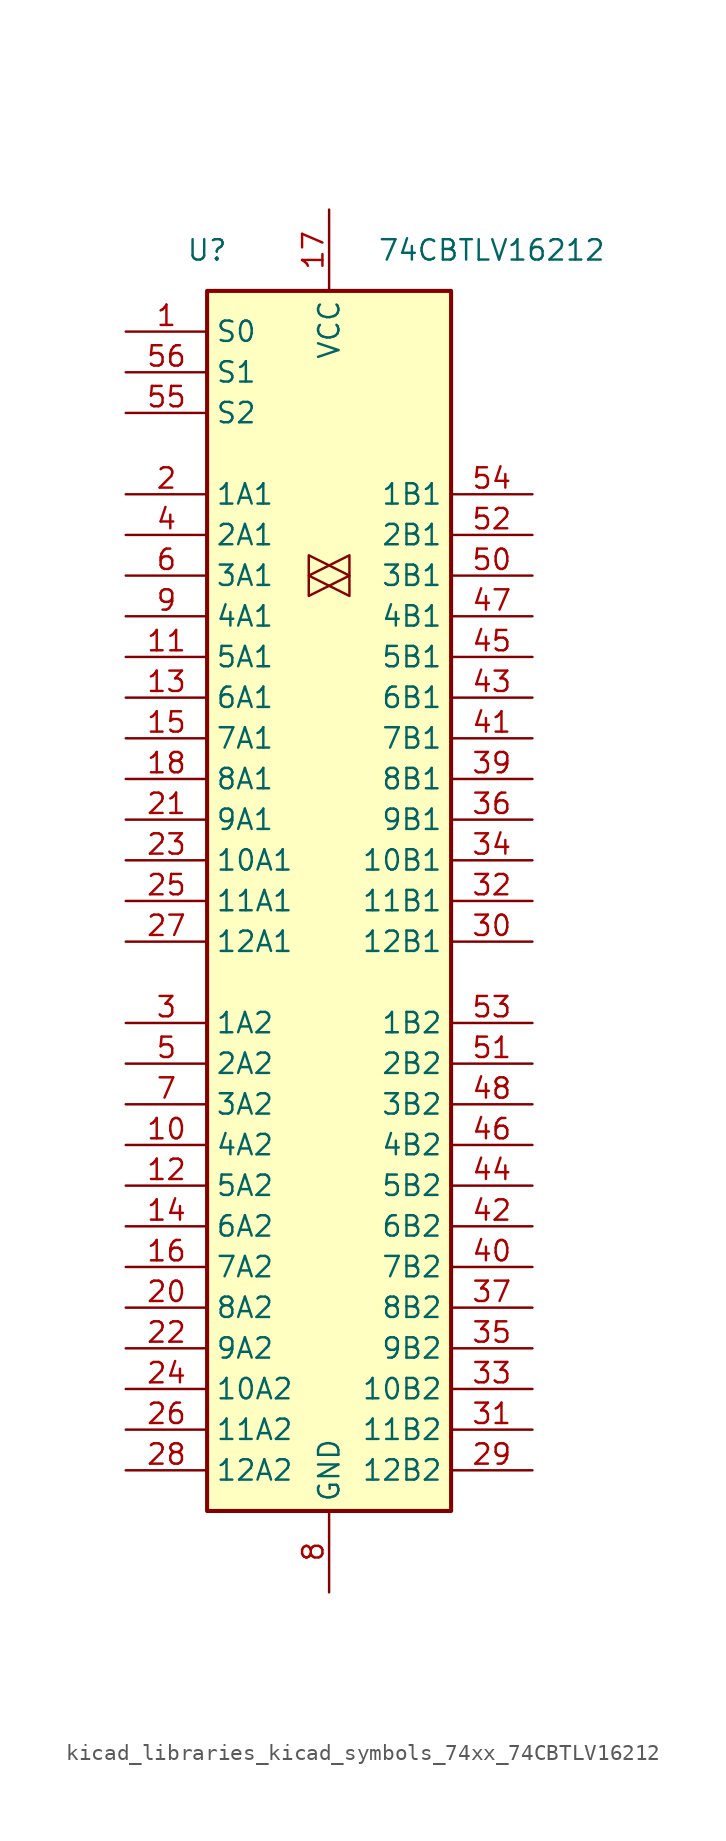
<source format=kicad_sym>
(kicad_symbol_lib
  (version 20220914)
  (generator kicad_symbol_editor)
  (symbol "kicad_libraries_kicad_symbols_74xx_74CBTLV16212"
    (property "Reference" "U"
      (at -7.62 40.64 0)
      (effects (font (size 1.27 1.27))))
    (property "Value" "74CBTLV16212"
      (at 10.16 40.64 0)
      (effects (font (size 1.27 1.27))))
    (symbol "kicad_libraries_kicad_symbols_74xx_74CBTLV16212_0_1"
      (rectangle (start -7.62 38.1) (end 7.62 -38.1) (stroke (width 0.254) (type default)) (fill (type background))))
    (symbol "kicad_libraries_kicad_symbols_74xx_74CBTLV16212_1_0"
      (polyline (pts (xy 1.27 20.32) (xy -1.27 21.59) (xy -1.27 19.05) (xy 1.27 20.32)) (stroke (width 0.152) (type default)) (fill (type none)))
      (polyline (pts (xy 1.27 21.59) (xy -1.27 20.32) (xy 1.27 19.05) (xy 1.27 21.59)) (stroke (width 0) (type default)) (fill (type none)))
      (pin bidirectional line (at -12.7 -15.24 0) (length 5.08) (name "4A2" (effects (font (size 1.27 1.27)))) (number "10" (effects (font (size 1.27 1.27)))))
      (pin bidirectional line (at -12.7 15.24 0) (length 5.08) (name "5A1" (effects (font (size 1.27 1.27)))) (number "11" (effects (font (size 1.27 1.27)))))
      (pin bidirectional line (at -12.7 -17.78 0) (length 5.08) (name "5A2" (effects (font (size 1.27 1.27)))) (number "12" (effects (font (size 1.27 1.27)))))
      (pin bidirectional line (at -12.7 12.7 0) (length 5.08) (name "6A1" (effects (font (size 1.27 1.27)))) (number "13" (effects (font (size 1.27 1.27)))))
      (pin bidirectional line (at -12.7 -20.32 0) (length 5.08) (name "6A2" (effects (font (size 1.27 1.27)))) (number "14" (effects (font (size 1.27 1.27)))))
      (pin bidirectional line (at -12.7 10.16 0) (length 5.08) (name "7A1" (effects (font (size 1.27 1.27)))) (number "15" (effects (font (size 1.27 1.27)))))
      (pin bidirectional line (at -12.7 -22.86 0) (length 5.08) (name "7A2" (effects (font (size 1.27 1.27)))) (number "16" (effects (font (size 1.27 1.27)))))
      (pin power_in line (at 0 43.18 270) (length 5.08) (name "VCC" (effects (font (size 1.27 1.27)))) (number "17" (effects (font (size 1.27 1.27)))))
      (pin bidirectional line (at -12.7 7.62 0) (length 5.08) (name "8A1" (effects (font (size 1.27 1.27)))) (number "18" (effects (font (size 1.27 1.27)))))
      (pin passive line (at 0 -43.18 90) (length 5.08) hide (name "GND" (effects (font (size 1.27 1.27)))) (number "19" (effects (font (size 1.27 1.27)))))
      (pin bidirectional line (at -12.7 25.4 0) (length 5.08) (name "1A1" (effects (font (size 1.27 1.27)))) (number "2" (effects (font (size 1.27 1.27)))))
      (pin bidirectional line (at -12.7 -25.4 0) (length 5.08) (name "8A2" (effects (font (size 1.27 1.27)))) (number "20" (effects (font (size 1.27 1.27)))))
      (pin bidirectional line (at -12.7 5.08 0) (length 5.08) (name "9A1" (effects (font (size 1.27 1.27)))) (number "21" (effects (font (size 1.27 1.27)))))
      (pin bidirectional line (at -12.7 -27.94 0) (length 5.08) (name "9A2" (effects (font (size 1.27 1.27)))) (number "22" (effects (font (size 1.27 1.27)))))
      (pin bidirectional line (at -12.7 2.54 0) (length 5.08) (name "10A1" (effects (font (size 1.27 1.27)))) (number "23" (effects (font (size 1.27 1.27)))))
      (pin bidirectional line (at -12.7 -30.48 0) (length 5.08) (name "10A2" (effects (font (size 1.27 1.27)))) (number "24" (effects (font (size 1.27 1.27)))))
      (pin bidirectional line (at -12.7 0 0) (length 5.08) (name "11A1" (effects (font (size 1.27 1.27)))) (number "25" (effects (font (size 1.27 1.27)))))
      (pin bidirectional line (at -12.7 -33.02 0) (length 5.08) (name "11A2" (effects (font (size 1.27 1.27)))) (number "26" (effects (font (size 1.27 1.27)))))
      (pin bidirectional line (at -12.7 -2.54 0) (length 5.08) (name "12A1" (effects (font (size 1.27 1.27)))) (number "27" (effects (font (size 1.27 1.27)))))
      (pin bidirectional line (at -12.7 -35.56 0) (length 5.08) (name "12A2" (effects (font (size 1.27 1.27)))) (number "28" (effects (font (size 1.27 1.27)))))
      (pin bidirectional line (at 12.7 -35.56 180) (length 5.08) (name "12B2" (effects (font (size 1.27 1.27)))) (number "29" (effects (font (size 1.27 1.27)))))
      (pin bidirectional line (at -12.7 -7.62 0) (length 5.08) (name "1A2" (effects (font (size 1.27 1.27)))) (number "3" (effects (font (size 1.27 1.27)))))
      (pin bidirectional line (at 12.7 -2.54 180) (length 5.08) (name "12B1" (effects (font (size 1.27 1.27)))) (number "30" (effects (font (size 1.27 1.27)))))
      (pin bidirectional line (at 12.7 -33.02 180) (length 5.08) (name "11B2" (effects (font (size 1.27 1.27)))) (number "31" (effects (font (size 1.27 1.27)))))
      (pin bidirectional line (at 12.7 0 180) (length 5.08) (name "11B1" (effects (font (size 1.27 1.27)))) (number "32" (effects (font (size 1.27 1.27)))))
      (pin bidirectional line (at 12.7 -30.48 180) (length 5.08) (name "10B2" (effects (font (size 1.27 1.27)))) (number "33" (effects (font (size 1.27 1.27)))))
      (pin bidirectional line (at 12.7 2.54 180) (length 5.08) (name "10B1" (effects (font (size 1.27 1.27)))) (number "34" (effects (font (size 1.27 1.27)))))
      (pin bidirectional line (at 12.7 -27.94 180) (length 5.08) (name "9B2" (effects (font (size 1.27 1.27)))) (number "35" (effects (font (size 1.27 1.27)))))
      (pin bidirectional line (at 12.7 5.08 180) (length 5.08) (name "9B1" (effects (font (size 1.27 1.27)))) (number "36" (effects (font (size 1.27 1.27)))))
      (pin bidirectional line (at 12.7 -25.4 180) (length 5.08) (name "8B2" (effects (font (size 1.27 1.27)))) (number "37" (effects (font (size 1.27 1.27)))))
      (pin passive line (at 0 -43.18 90) (length 5.08) hide (name "GND" (effects (font (size 1.27 1.27)))) (number "38" (effects (font (size 1.27 1.27)))))
      (pin bidirectional line (at 12.7 7.62 180) (length 5.08) (name "8B1" (effects (font (size 1.27 1.27)))) (number "39" (effects (font (size 1.27 1.27)))))
      (pin bidirectional line (at -12.7 22.86 0) (length 5.08) (name "2A1" (effects (font (size 1.27 1.27)))) (number "4" (effects (font (size 1.27 1.27)))))
      (pin bidirectional line (at 12.7 -22.86 180) (length 5.08) (name "7B2" (effects (font (size 1.27 1.27)))) (number "40" (effects (font (size 1.27 1.27)))))
      (pin bidirectional line (at 12.7 10.16 180) (length 5.08) (name "7B1" (effects (font (size 1.27 1.27)))) (number "41" (effects (font (size 1.27 1.27)))))
      (pin bidirectional line (at 12.7 -20.32 180) (length 5.08) (name "6B2" (effects (font (size 1.27 1.27)))) (number "42" (effects (font (size 1.27 1.27)))))
      (pin bidirectional line (at 12.7 12.7 180) (length 5.08) (name "6B1" (effects (font (size 1.27 1.27)))) (number "43" (effects (font (size 1.27 1.27)))))
      (pin bidirectional line (at 12.7 -17.78 180) (length 5.08) (name "5B2" (effects (font (size 1.27 1.27)))) (number "44" (effects (font (size 1.27 1.27)))))
      (pin bidirectional line (at 12.7 15.24 180) (length 5.08) (name "5B1" (effects (font (size 1.27 1.27)))) (number "45" (effects (font (size 1.27 1.27)))))
      (pin bidirectional line (at 12.7 -15.24 180) (length 5.08) (name "4B2" (effects (font (size 1.27 1.27)))) (number "46" (effects (font (size 1.27 1.27)))))
      (pin bidirectional line (at 12.7 17.78 180) (length 5.08) (name "4B1" (effects (font (size 1.27 1.27)))) (number "47" (effects (font (size 1.27 1.27)))))
      (pin bidirectional line (at 12.7 -12.7 180) (length 5.08) (name "3B2" (effects (font (size 1.27 1.27)))) (number "48" (effects (font (size 1.27 1.27)))))
      (pin passive line (at 0 -43.18 90) (length 5.08) hide (name "GND" (effects (font (size 1.27 1.27)))) (number "49" (effects (font (size 1.27 1.27)))))
      (pin bidirectional line (at -12.7 -10.16 0) (length 5.08) (name "2A2" (effects (font (size 1.27 1.27)))) (number "5" (effects (font (size 1.27 1.27)))))
      (pin bidirectional line (at 12.7 20.32 180) (length 5.08) (name "3B1" (effects (font (size 1.27 1.27)))) (number "50" (effects (font (size 1.27 1.27)))))
      (pin bidirectional line (at 12.7 -10.16 180) (length 5.08) (name "2B2" (effects (font (size 1.27 1.27)))) (number "51" (effects (font (size 1.27 1.27)))))
      (pin bidirectional line (at 12.7 22.86 180) (length 5.08) (name "2B1" (effects (font (size 1.27 1.27)))) (number "52" (effects (font (size 1.27 1.27)))))
      (pin bidirectional line (at 12.7 -7.62 180) (length 5.08) (name "1B2" (effects (font (size 1.27 1.27)))) (number "53" (effects (font (size 1.27 1.27)))))
      (pin bidirectional line (at 12.7 25.4 180) (length 5.08) (name "1B1" (effects (font (size 1.27 1.27)))) (number "54" (effects (font (size 1.27 1.27)))))
      (pin input line (at -12.7 30.48 0) (length 5.08) (name "S2" (effects (font (size 1.27 1.27)))) (number "55" (effects (font (size 1.27 1.27)))))
      (pin input line (at -12.7 33.02 0) (length 5.08) (name "S1" (effects (font (size 1.27 1.27)))) (number "56" (effects (font (size 1.27 1.27)))))
      (pin bidirectional line (at -12.7 20.32 0) (length 5.08) (name "3A1" (effects (font (size 1.27 1.27)))) (number "6" (effects (font (size 1.27 1.27)))))
      (pin bidirectional line (at -12.7 -12.7 0) (length 5.08) (name "3A2" (effects (font (size 1.27 1.27)))) (number "7" (effects (font (size 1.27 1.27)))))
      (pin power_in line (at 0 -43.18 90) (length 5.08) (name "GND" (effects (font (size 1.27 1.27)))) (number "8" (effects (font (size 1.27 1.27)))))
      (pin bidirectional line (at -12.7 17.78 0) (length 5.08) (name "4A1" (effects (font (size 1.27 1.27)))) (number "9" (effects (font (size 1.27 1.27))))))
    (symbol "kicad_libraries_kicad_symbols_74xx_74CBTLV16212_1_1"
      (pin input line (at -12.7 35.56 0) (length 5.08) (name "S0" (effects (font (size 1.27 1.27)))) (number "1" (effects (font (size 1.27 1.27))))))))
</source>
